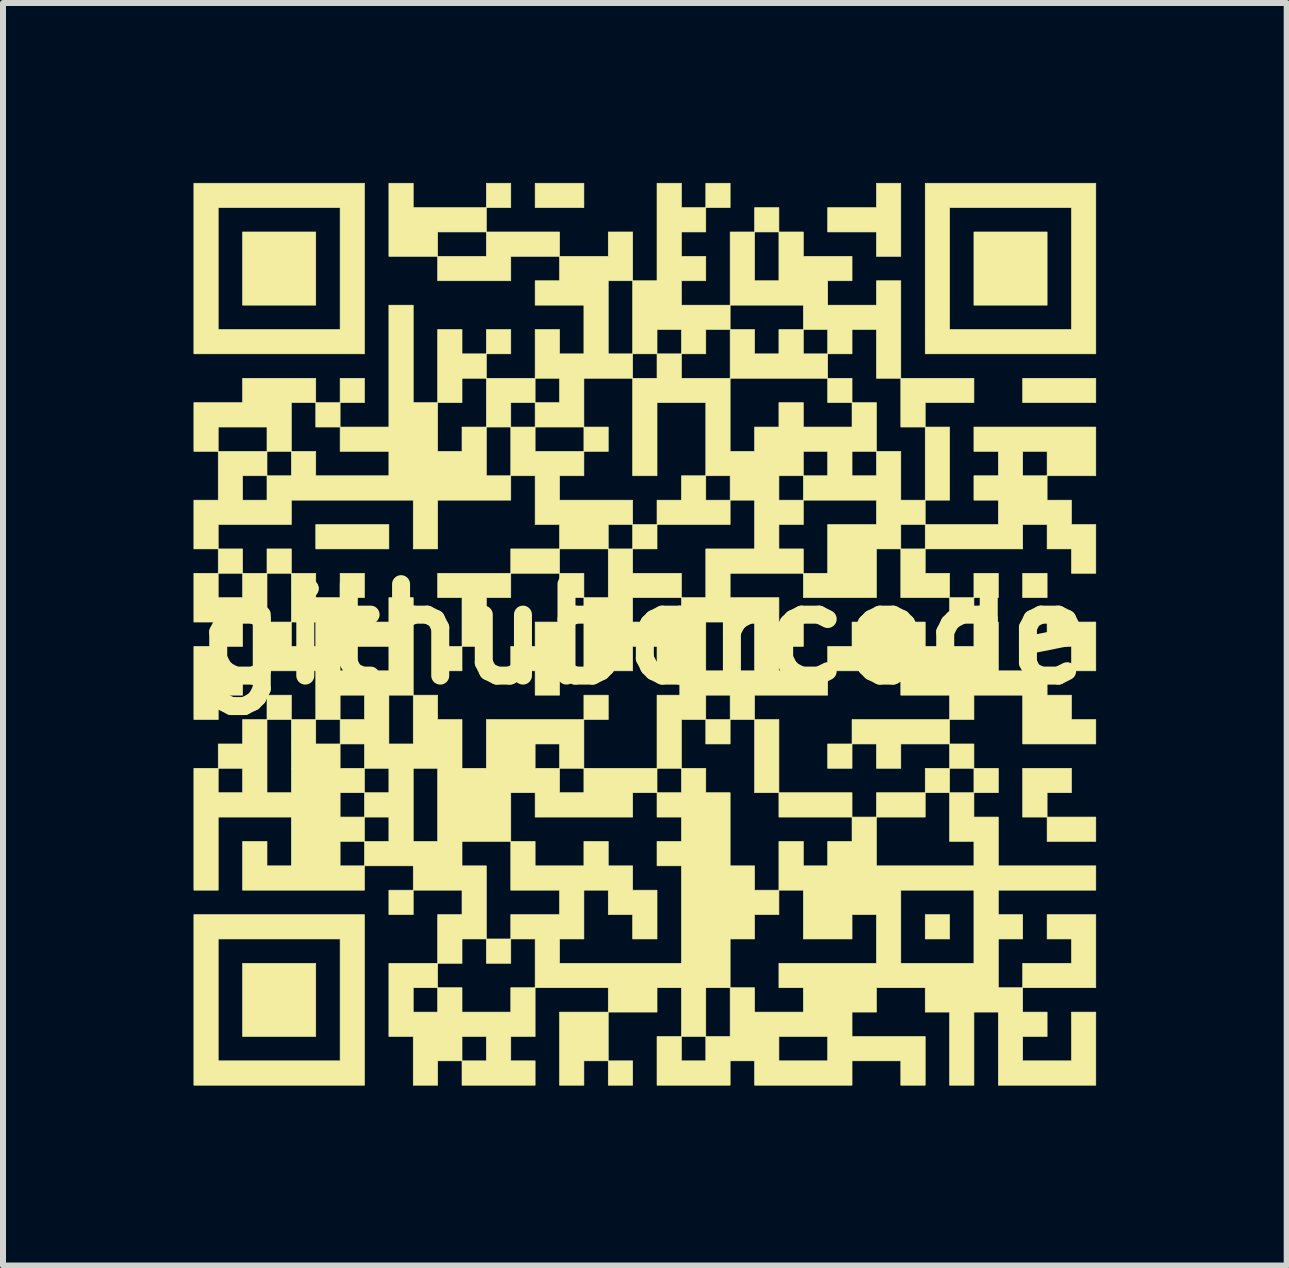
<source format=kicad_pcb>
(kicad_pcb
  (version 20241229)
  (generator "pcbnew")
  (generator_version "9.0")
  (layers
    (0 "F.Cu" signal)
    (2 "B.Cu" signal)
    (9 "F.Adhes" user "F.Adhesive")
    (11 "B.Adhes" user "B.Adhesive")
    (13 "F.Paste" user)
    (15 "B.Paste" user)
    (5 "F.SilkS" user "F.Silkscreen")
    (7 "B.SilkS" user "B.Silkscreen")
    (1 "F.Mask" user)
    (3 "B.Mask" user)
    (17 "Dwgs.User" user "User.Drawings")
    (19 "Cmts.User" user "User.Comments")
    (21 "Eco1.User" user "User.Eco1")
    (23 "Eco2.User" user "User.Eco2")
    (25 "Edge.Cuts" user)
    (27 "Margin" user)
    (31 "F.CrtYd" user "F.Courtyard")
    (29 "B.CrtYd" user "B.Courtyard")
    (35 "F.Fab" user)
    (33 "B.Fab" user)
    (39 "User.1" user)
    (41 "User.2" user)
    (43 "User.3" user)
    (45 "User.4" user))
  (footprint "githubqrcode"
    (layer "F.Cu")
    (at 7.7 7.523)
    (property "Reference" "githubqrcode" (at 0 0 0) (layer "F.SilkS") (effects (font (size 1.524 1.524) (thickness 0.3))))
    (attr through_hole)
    (fp_poly (pts (xy -5.893 -1.016) (xy -6.299 -1.016) (xy -6.299 -1.422) (xy -5.893 -1.422) (xy -5.893 -1.016)) (stroke (width 0.01) (type solid)) (fill yes) (layer "F.SilkS"))
    (fp_poly (pts (xy -5.486 -5.486) (xy -6.706 -5.486) (xy -6.706 -6.706) (xy -5.486 -6.706) (xy -5.486 -5.486)) (stroke (width 0.01) (type solid)) (fill yes) (layer "F.SilkS"))
    (fp_poly (pts (xy -5.486 6.706) (xy -6.706 6.706) (xy -6.706 5.486) (xy -5.486 5.486) (xy -5.486 6.706)) (stroke (width 0.01) (type solid)) (fill yes) (layer "F.SilkS"))
    (fp_poly (pts (xy -5.08 -3.454) (xy -5.486 -3.454) (xy -5.486 -3.861) (xy -5.08 -3.861) (xy -5.08 -3.454)) (stroke (width 0.01) (type solid)) (fill yes) (layer "F.SilkS"))
    (fp_poly (pts (xy -4.674 -3.861) (xy -5.08 -3.861) (xy -5.08 -4.267) (xy -4.674 -4.267) (xy -4.674 -3.861)) (stroke (width 0.01) (type solid)) (fill yes) (layer "F.SilkS"))
    (fp_poly (pts (xy -4.674 -0.61) (xy -5.08 -0.61) (xy -5.08 -1.016) (xy -4.674 -1.016) (xy -4.674 -0.61)) (stroke (width 0.01) (type solid)) (fill yes) (layer "F.SilkS"))
    (fp_poly (pts (xy -4.267 -1.422) (xy -5.486 -1.422) (xy -5.486 -1.829) (xy -4.267 -1.829) (xy -4.267 -1.422)) (stroke (width 0.01) (type solid)) (fill yes) (layer "F.SilkS"))
    (fp_poly (pts (xy -3.861 4.674) (xy -4.267 4.674) (xy -4.267 4.267) (xy -3.861 4.267) (xy -3.861 4.674)) (stroke (width 0.01) (type solid)) (fill yes) (layer "F.SilkS"))
    (fp_poly (pts (xy -3.048 0.61) (xy -3.454 0.61) (xy -3.454 0.203) (xy -3.048 0.203) (xy -3.048 0.61)) (stroke (width 0.01) (type solid)) (fill yes) (layer "F.SilkS"))
    (fp_poly (pts (xy -2.235 -7.112) (xy -2.642 -7.112) (xy -2.642 -7.518) (xy -2.235 -7.518) (xy -2.235 -7.112)) (stroke (width 0.01) (type solid)) (fill yes) (layer "F.SilkS"))
    (fp_poly (pts (xy -2.235 -4.674) (xy -2.642 -4.674) (xy -2.642 -5.08) (xy -2.235 -5.08) (xy -2.235 -4.674)) (stroke (width 0.01) (type solid)) (fill yes) (layer "F.SilkS"))
    (fp_poly (pts (xy -2.235 5.486) (xy -2.642 5.486) (xy -2.642 5.08) (xy -2.235 5.08) (xy -2.235 5.486)) (stroke (width 0.01) (type solid)) (fill yes) (layer "F.SilkS"))
    (fp_poly (pts (xy -1.422 -1.016) (xy -2.235 -1.016) (xy -2.235 -1.422) (xy -1.422 -1.422) (xy -1.422 -1.016)) (stroke (width 0.01) (type solid)) (fill yes) (layer "F.SilkS"))
    (fp_poly (pts (xy -1.016 -7.112) (xy -1.829 -7.112) (xy -1.829 -7.518) (xy -1.016 -7.518) (xy -1.016 -7.112)) (stroke (width 0.01) (type solid)) (fill yes) (layer "F.SilkS"))
    (fp_poly (pts (xy -1.016 -0.61) (xy -1.422 -0.61) (xy -1.422 -1.016) (xy -1.016 -1.016) (xy -1.016 -0.61)) (stroke (width 0.01) (type solid)) (fill yes) (layer "F.SilkS"))
    (fp_poly (pts (xy -0.61 -3.048) (xy -1.016 -3.048) (xy -1.016 -3.454) (xy -0.61 -3.454) (xy -0.61 -3.048)) (stroke (width 0.01) (type solid)) (fill yes) (layer "F.SilkS"))
    (fp_poly (pts (xy -0.61 1.422) (xy -1.016 1.422) (xy -1.016 1.016) (xy -0.61 1.016) (xy -0.61 1.422)) (stroke (width 0.01) (type solid)) (fill yes) (layer "F.SilkS"))
    (fp_poly (pts (xy -0.203 7.518) (xy -0.61 7.518) (xy -0.61 7.112) (xy -0.203 7.112) (xy -0.203 7.518)) (stroke (width 0.01) (type solid)) (fill yes) (layer "F.SilkS"))
    (fp_poly (pts (xy 0.203 -1.422) (xy -0.203 -1.422) (xy -0.203 -1.829) (xy 0.203 -1.829) (xy 0.203 -1.422)) (stroke (width 0.01) (type solid)) (fill yes) (layer "F.SilkS"))
    (fp_poly (pts (xy 1.422 -7.112) (xy 1.016 -7.112) (xy 1.016 -7.518) (xy 1.422 -7.518) (xy 1.422 -7.112)) (stroke (width 0.01) (type solid)) (fill yes) (layer "F.SilkS"))
    (fp_poly (pts (xy 1.422 1.829) (xy 1.016 1.829) (xy 1.016 1.422) (xy 1.422 1.422) (xy 1.422 1.829)) (stroke (width 0.01) (type solid)) (fill yes) (layer "F.SilkS"))
    (fp_poly (pts (xy 2.235 2.642) (xy 1.829 2.642) (xy 1.829 1.422) (xy 2.235 1.422) (xy 2.235 2.642)) (stroke (width 0.01) (type solid)) (fill yes) (layer "F.SilkS"))
    (fp_poly (pts (xy 3.454 -3.861) (xy 3.048 -3.861) (xy 3.048 -4.267) (xy 3.454 -4.267) (xy 3.454 -3.861)) (stroke (width 0.01) (type solid)) (fill yes) (layer "F.SilkS"))
    (fp_poly (pts (xy 3.454 2.235) (xy 3.048 2.235) (xy 3.048 1.829) (xy 3.454 1.829) (xy 3.454 2.235)) (stroke (width 0.01) (type solid)) (fill yes) (layer "F.SilkS"))
    (fp_poly (pts (xy 3.454 3.048) (xy 2.235 3.048) (xy 2.235 2.642) (xy 3.454 2.642) (xy 3.454 3.048)) (stroke (width 0.01) (type solid)) (fill yes) (layer "F.SilkS"))
    (fp_poly (pts (xy 4.674 3.048) (xy 3.861 3.048) (xy 3.861 2.642) (xy 4.674 2.642) (xy 4.674 3.048)) (stroke (width 0.01) (type solid)) (fill yes) (layer "F.SilkS"))
    (fp_poly (pts (xy 5.08 2.642) (xy 4.674 2.642) (xy 4.674 2.235) (xy 5.08 2.235) (xy 5.08 2.642)) (stroke (width 0.01) (type solid)) (fill yes) (layer "F.SilkS"))
    (fp_poly (pts (xy 5.08 5.08) (xy 4.674 5.08) (xy 4.674 4.674) (xy 5.08 4.674) (xy 5.08 5.08)) (stroke (width 0.01) (type solid)) (fill yes) (layer "F.SilkS"))
    (fp_poly (pts (xy 5.486 2.235) (xy 5.08 2.235) (xy 5.08 1.829) (xy 5.486 1.829) (xy 5.486 2.235)) (stroke (width 0.01) (type solid)) (fill yes) (layer "F.SilkS"))
    (fp_poly (pts (xy 5.893 -0.61) (xy 5.486 -0.61) (xy 5.486 -1.016) (xy 5.893 -1.016) (xy 5.893 -0.61)) (stroke (width 0.01) (type solid)) (fill yes) (layer "F.SilkS"))
    (fp_poly (pts (xy 5.893 2.642) (xy 5.486 2.642) (xy 5.486 2.235) (xy 5.893 2.235) (xy 5.893 2.642)) (stroke (width 0.01) (type solid)) (fill yes) (layer "F.SilkS"))
    (fp_poly (pts (xy 6.706 -5.486) (xy 5.486 -5.486) (xy 5.486 -6.706) (xy 6.706 -6.706) (xy 6.706 -5.486)) (stroke (width 0.01) (type solid)) (fill yes) (layer "F.SilkS"))
    (fp_poly (pts (xy 6.706 -0.61) (xy 6.299 -0.61) (xy 6.299 -1.016) (xy 6.706 -1.016) (xy 6.706 -0.61)) (stroke (width 0.01) (type solid)) (fill yes) (layer "F.SilkS"))
    (fp_poly (pts (xy 7.518 -3.861) (xy 6.299 -3.861) (xy 6.299 -4.267) (xy 7.518 -4.267) (xy 7.518 -3.861)) (stroke (width 0.01) (type solid)) (fill yes) (layer "F.SilkS"))
    (fp_poly (pts (xy 7.518 3.454) (xy 6.706 3.454) (xy 6.706 3.048) (xy 7.518 3.048) (xy 7.518 3.454)) (stroke (width 0.01) (type solid)) (fill yes) (layer "F.SilkS"))
    (fp_poly (pts (xy -0.61 7.112) (xy -1.016 7.112) (xy -1.016 7.518) (xy -1.422 7.518) (xy -1.422 6.299) (xy -0.61 6.299) (xy -0.61 7.112)) (stroke (width 0.01) (type solid)) (fill yes) (layer "F.SilkS"))
    (fp_poly (pts (xy 7.112 2.642) (xy 6.706 2.642) (xy 6.706 3.048) (xy 6.299 3.048) (xy 6.299 2.235) (xy 7.112 2.235) (xy 7.112 2.642)) (stroke (width 0.01) (type solid)) (fill yes) (layer "F.SilkS"))
    (fp_poly (pts (xy 7.518 0.61) (xy 7.112 0.61) (xy 7.112 0.203) (xy 6.706 0.203) (xy 6.706 -0.203) (xy 7.518 -0.203) (xy 7.518 0.61)) (stroke (width 0.01) (type solid)) (fill yes) (layer "F.SilkS"))
    (fp_poly (pts (xy -7.112 0.61) (xy -6.706 0.61) (xy -6.706 1.016) (xy -7.112 1.016) (xy -7.112 1.422) (xy -7.518 1.422) (xy -7.518 0.203) (xy -7.112 0.203) (xy -7.112 0.61)) (stroke (width 0.01) (type solid)) (fill yes) (layer "F.SilkS"))
    (fp_poly (pts (xy -2.235 -0.61) (xy -2.642 -0.61) (xy -2.642 0.203) (xy -3.048 0.203) (xy -3.048 -0.61) (xy -3.454 -0.61) (xy -3.454 -1.016) (xy -2.235 -1.016) (xy -2.235 -0.61)) (stroke (width 0.01) (type solid)) (fill yes) (layer "F.SilkS"))
    (fp_poly (pts (xy -1.422 1.016) (xy -1.829 1.016) (xy -1.829 0.61) (xy -2.235 0.61) (xy -2.235 0.203) (xy -1.829 0.203) (xy -1.829 -0.203) (xy -1.422 -0.203) (xy -1.422 1.016)) (stroke (width 0.01) (type solid)) (fill yes) (layer "F.SilkS"))
    (fp_poly (pts (xy 1.016 -2.235) (xy 1.422 -2.235) (xy 1.422 -1.829) (xy 0.203 -1.829) (xy 0.203 -2.235) (xy 0.61 -2.235) (xy 0.61 -2.642) (xy 1.016 -2.642) (xy 1.016 -2.235)) (stroke (width 0.01) (type solid)) (fill yes) (layer "F.SilkS"))
    (fp_poly (pts (xy 4.267 -6.299) (xy 3.861 -6.299) (xy 3.861 -6.706) (xy 3.048 -6.706) (xy 3.048 -7.112) (xy 3.861 -7.112) (xy 3.861 -7.518) (xy 4.267 -7.518) (xy 4.267 -6.299)) (stroke (width 0.01) (type solid)) (fill yes) (layer "F.SilkS"))
    (fp_poly (pts (xy 5.08 1.829) (xy 4.267 1.829) (xy 4.267 2.235) (xy 3.861 2.235) (xy 3.861 1.829) (xy 3.454 1.829) (xy 3.454 1.422) (xy 5.08 1.422) (xy 5.08 1.829)) (stroke (width 0.01) (type solid)) (fill yes) (layer "F.SilkS"))
    (fp_poly (pts (xy 7.518 5.893) (xy 6.299 5.893) (xy 6.299 5.486) (xy 7.112 5.486) (xy 7.112 5.08) (xy 6.706 5.08) (xy 6.706 4.674) (xy 7.518 4.674) (xy 7.518 5.893)) (stroke (width 0.01) (type solid)) (fill yes) (layer "F.SilkS"))
    (fp_poly (pts (xy 1.829 -4.674) (xy 2.235 -4.674) (xy 2.235 -5.08) (xy 2.642 -5.08) (xy 2.642 -4.674) (xy 3.048 -4.674) (xy 3.048 -4.267) (xy 1.422 -4.267) (xy 1.422 -5.08) (xy 1.829 -5.08) (xy 1.829 -4.674)) (stroke (width 0.01) (type solid)) (fill yes) (layer "F.SilkS"))
    (fp_poly (pts (xy -4.674 -4.674) (xy -7.518 -4.674) (xy -7.518 -7.112) (xy -7.112 -7.112) (xy -7.112 -5.08) (xy -5.08 -5.08) (xy -5.08 -7.112) (xy -7.112 -7.112) (xy -7.518 -7.112) (xy -7.518 -7.518) (xy -4.674 -7.518) (xy -4.674 -4.674)) (stroke (width 0.01) (type solid)) (fill yes) (layer "F.SilkS"))
    (fp_poly (pts (xy -4.674 7.518) (xy -7.518 7.518) (xy -7.518 5.08) (xy -7.112 5.08) (xy -7.112 7.112) (xy -5.08 7.112) (xy -5.08 5.08) (xy -7.112 5.08) (xy -7.518 5.08) (xy -7.518 4.674) (xy -4.674 4.674) (xy -4.674 7.518)) (stroke (width 0.01) (type solid)) (fill yes) (layer "F.SilkS"))
    (fp_poly (pts (xy 7.518 -4.674) (xy 4.674 -4.674) (xy 4.674 -7.112) (xy 5.08 -7.112) (xy 5.08 -5.08) (xy 7.112 -5.08) (xy 7.112 -7.112) (xy 5.08 -7.112) (xy 4.674 -7.112) (xy 4.674 -7.518) (xy 7.518 -7.518) (xy 7.518 -4.674)) (stroke (width 0.01) (type solid)) (fill yes) (layer "F.SilkS"))
    (fp_poly (pts (xy -1.829 -3.048) (xy -1.016 -3.048) (xy -1.016 -2.642) (xy -1.422 -2.642) (xy -1.422 -2.235) (xy -0.203 -2.235) (xy -0.203 -1.829) (xy -0.61 -1.829) (xy -0.61 -1.422) (xy -1.422 -1.422) (xy -1.422 -1.829) (xy -1.829 -1.829) (xy -1.829 -2.642) (xy -2.235 -2.642) (xy -2.235 -3.454) (xy -1.829 -3.454) (xy -1.829 -3.048)) (stroke (width 0.01) (type solid)) (fill yes) (layer "F.SilkS"))
    (fp_poly (pts (xy -1.422 -6.706) (xy -1.422 -6.299) (xy -2.235 -6.299) (xy -2.235 -5.893) (xy -3.454 -5.893) (xy -3.454 -6.299) (xy -4.267 -6.299) (xy -4.267 -6.706) (xy -3.454 -6.706) (xy -3.454 -6.299) (xy -2.642 -6.299) (xy -2.642 -6.706) (xy -3.454 -6.706) (xy -4.267 -6.706) (xy -4.267 -7.518) (xy -3.861 -7.518) (xy -3.861 -7.112) (xy -2.642 -7.112) (xy -2.642 -6.706) (xy -1.422 -6.706)) (stroke (width 0.01) (type solid)) (fill yes) (layer "F.SilkS"))
    (fp_poly (pts (xy 1.016 2.235) (xy 1.016 2.642) (xy 1.422 2.642) (xy 1.422 3.861) (xy 1.829 3.861) (xy 1.829 4.267) (xy 2.235 4.267) (xy 2.235 3.454) (xy 2.642 3.454) (xy 2.642 3.861) (xy 3.048 3.861) (xy 3.048 3.454) (xy 3.454 3.454) (xy 3.454 3.048) (xy 3.861 3.048) (xy 3.861 3.861) (xy 5.486 3.861) (xy 5.486 3.454) (xy 5.08 3.454) (xy 5.08 2.642) (xy 5.486 2.642) (xy 5.486 3.048) (xy 5.893 3.048) (xy 5.893 3.861) (xy 7.518 3.861) (xy 7.518 4.267) (xy 5.893 4.267) (xy 5.893 4.674) (xy 6.299 4.674) (xy 6.299 5.08) (xy 5.893 5.08) (xy 5.893 5.893) (xy 6.299 5.893) (xy 6.299 6.299) (xy 6.706 6.299) (xy 6.706 6.706) (xy 6.299 6.706) (xy 6.299 7.112) (xy 7.112 7.112) (xy 7.112 6.299) (xy 7.518 6.299) (xy 7.518 7.518) (xy 5.893 7.518) (xy 5.893 6.299) (xy 5.486 6.299) (xy 5.486 7.518) (xy 5.08 7.518) (xy 5.08 6.299) (xy 4.674 6.299) (xy 4.674 5.893) (xy 3.861 5.893) (xy 3.861 6.299) (xy 3.454 6.299) (xy 3.454 6.706) (xy 4.674 6.706) (xy 4.674 7.518) (xy 4.267 7.518) (xy 4.267 7.112) (xy 3.454 7.112) (xy 3.454 7.518) (xy 1.829 7.518) (xy 1.829 7.112) (xy 1.422 7.112) (xy 1.422 7.518) (xy 0.203 7.518) (xy 0.203 6.706) (xy 0.61 6.706) (xy 0.61 7.112) (xy 1.016 7.112) (xy 1.016 6.706) (xy 0.61 6.706) (xy 0.61 5.893) (xy 1.016 5.893) (xy 1.016 6.706) (xy 1.422 6.706) (xy 2.235 6.706) (xy 2.235 7.112) (xy 3.048 7.112) (xy 3.048 6.706) (xy 2.235 6.706) (xy 1.422 6.706) (xy 1.422 5.893) (xy 1.016 5.893) (xy 0.61 5.893) (xy 0.203 5.893) (xy 0.203 6.299) (xy -0.61 6.299) (xy -0.61 5.893) (xy -1.829 5.893) (xy -1.829 6.706) (xy -2.235 6.706) (xy -2.235 7.112) (xy -1.829 7.112) (xy -1.829 7.518) (xy -3.048 7.518) (xy -3.048 7.112) (xy -3.454 7.112) (xy -3.454 7.518) (xy -3.861 7.518) (xy -3.861 6.706) (xy -3.048 6.706) (xy -3.048 7.112) (xy -2.642 7.112) (xy -2.642 6.706) (xy -3.048 6.706) (xy -3.861 6.706) (xy -4.267 6.706) (xy -4.267 5.893) (xy -3.861 5.893) (xy -3.861 6.299) (xy -3.454 6.299) (xy -3.454 5.893) (xy -3.861 5.893) (xy -4.267 5.893) (xy -4.267 5.486) (xy -3.454 5.486) (xy -3.454 5.893) (xy -3.048 5.893) (xy -3.048 6.299) (xy -2.235 6.299) (xy -2.235 5.893) (xy -1.829 5.893) (xy -1.829 5.08) (xy -2.235 5.08) (xy -2.235 4.674) (xy -1.422 4.674) (xy -1.422 4.267) (xy -2.235 4.267) (xy -2.235 3.454) (xy -3.048 3.454) (xy -3.048 3.861) (xy -2.642 3.861) (xy -2.642 5.08) (xy -3.048 5.08) (xy -3.048 5.486) (xy -3.454 5.486) (xy -3.454 4.674) (xy -3.048 4.674) (xy -3.048 4.267) (xy -3.861 4.267) (xy -3.861 3.861) (xy -4.674 3.861) (xy -4.674 4.267) (xy -6.706 4.267) (xy -6.706 3.454) (xy -6.299 3.454) (xy -6.299 3.861) (xy -5.893 3.861) (xy -5.893 3.454) (xy -5.08 3.454) (xy -5.08 3.861) (xy -4.674 3.861) (xy -4.674 3.454) (xy -5.08 3.454) (xy -5.893 3.454) (xy -5.893 3.048) (xy -7.112 3.048) (xy -7.112 4.267) (xy -7.518 4.267) (xy -7.518 2.235) (xy -7.112 2.235) (xy -7.112 2.642) (xy -6.706 2.642) (xy -6.706 2.235) (xy -7.112 2.235) (xy -7.112 1.829) (xy -6.706 1.829) (xy -6.706 1.422) (xy -6.299 1.422) (xy -6.299 2.642) (xy -5.893 2.642) (xy -5.08 2.642) (xy -5.08 3.048) (xy -4.674 3.048) (xy -4.674 3.454) (xy -4.267 3.454) (xy -4.267 3.048) (xy -4.674 3.048) (xy -4.674 2.642) (xy -5.08 2.642) (xy -5.893 2.642) (xy -5.893 1.422) (xy -6.299 1.422) (xy -6.299 1.016) (xy -5.893 1.016) (xy -5.893 1.422) (xy -5.486 1.422) (xy -5.486 1.829) (xy -5.08 1.829) (xy -5.08 2.235) (xy -4.674 2.235) (xy -4.674 2.642) (xy -4.267 2.642) (xy -4.267 2.235) (xy -3.861 2.235) (xy -3.861 3.454) (xy -3.454 3.454) (xy -3.454 2.642) (xy -2.235 2.642) (xy -2.235 3.454) (xy -1.829 3.454) (xy -1.829 3.861) (xy -1.016 3.861) (xy -1.016 3.454) (xy -0.61 3.454) (xy -0.61 3.861) (xy -0.203 3.861) (xy -0.203 4.267) (xy 0.203 4.267) (xy 0.203 5.08) (xy -0.203 5.08) (xy -0.203 4.674) (xy -0.61 4.674) (xy -0.61 4.267) (xy -1.016 4.267) (xy -1.016 5.08) (xy -1.422 5.08) (xy -1.422 5.486) (xy 0.61 5.486) (xy 0.61 5.08) (xy 1.422 5.08) (xy 1.422 5.893) (xy 1.829 5.893) (xy 1.829 6.299) (xy 2.642 6.299) (xy 2.642 5.893) (xy 2.235 5.893) (xy 2.235 5.486) (xy 3.861 5.486) (xy 3.861 4.674) (xy 3.454 4.674) (xy 3.454 5.08) (xy 2.642 5.08) (xy 2.642 4.267) (xy 4.267 4.267) (xy 4.267 5.486) (xy 5.486 5.486) (xy 5.486 4.267) (xy 4.267 4.267) (xy 2.642 4.267) (xy 2.235 4.267) (xy 2.235 4.674) (xy 1.829 4.674) (xy 1.829 5.08) (xy 1.422 5.08) (xy 0.61 5.08) (xy 0.61 3.861) (xy 0.203 3.861) (xy 0.203 3.454) (xy 0.61 3.454) (xy 0.61 3.048) (xy 0.203 3.048) (xy 0.203 2.642) (xy -0.203 2.642) (xy -0.203 3.048) (xy -1.829 3.048) (xy -1.829 2.642) (xy -2.235 2.642) (xy -3.454 2.642) (xy -3.454 2.235) (xy -3.861 2.235) (xy -4.267 2.235) (xy -4.674 2.235) (xy -4.674 1.829) (xy -5.08 1.829) (xy -5.08 1.422) (xy -5.486 1.422) (xy -5.486 1.016) (xy -5.08 1.016) (xy -5.08 1.422) (xy -4.674 1.422) (xy -4.674 1.016) (xy -4.267 1.016) (xy -4.267 1.829) (xy -3.861 1.829) (xy -3.861 1.016) (xy -4.267 1.016) (xy -4.674 1.016) (xy -5.08 1.016) (xy -5.486 1.016) (xy -5.486 0.61) (xy -6.299 0.61) (xy -6.299 -0.203) (xy -6.706 -0.203) (xy -6.706 0.203) (xy -7.112 0.203) (xy -7.112 -0.203) (xy -7.518 -0.203) (xy -7.518 -1.016) (xy -7.112 -1.016) (xy -7.112 -0.61) (xy -6.706 -0.61) (xy -6.706 -1.016) (xy -7.112 -1.016) (xy -7.112 -1.422) (xy -7.518 -1.422) (xy -7.518 -1.829) (xy -7.112 -1.829) (xy -7.112 -1.422) (xy -6.706 -1.422) (xy -6.706 -1.016) (xy -6.299 -1.016) (xy -6.299 -0.203) (xy -5.893 -0.203) (xy -5.893 0.203) (xy -5.486 0.203) (xy -5.08 0.203) (xy -5.08 0.61) (xy -4.267 0.61) (xy -4.267 0.203) (xy -5.08 0.203) (xy -5.486 0.203) (xy -5.486 -0.203) (xy -5.893 -0.203) (xy -5.893 -1.016) (xy -5.486 -1.016) (xy -5.486 -0.61) (xy -5.08 -0.61) (xy -5.08 -0.203) (xy -4.267 -0.203) (xy -4.267 -0.61) (xy -3.861 -0.61) (xy -3.861 1.016) (xy -3.454 1.016) (xy -3.454 1.422) (xy -3.048 1.422) (xy -3.048 2.235) (xy -2.642 2.235) (xy -2.642 1.829) (xy -1.829 1.829) (xy -1.829 2.235) (xy -1.422 2.235) (xy -1.422 2.642) (xy -1.016 2.642) (xy -1.016 2.235) (xy -1.422 2.235) (xy -1.422 1.829) (xy -1.829 1.829) (xy -2.642 1.829) (xy -2.642 1.422) (xy -1.016 1.422) (xy -1.016 2.235) (xy 0.203 2.235) (xy 0.203 2.642) (xy 0.61 2.642) (xy 0.61 2.235) (xy 0.203 2.235) (xy 0.203 1.016) (xy 0.61 1.016) (xy 0.61 0.61) (xy 0.203 0.61) (xy 0.203 0.203) (xy -0.203 0.203) (xy -0.203 0.61) (xy -1.016 0.61) (xy -1.016 -0.61) (xy -0.61 -0.61) (xy -0.203 -0.61) (xy -0.203 -0.203) (xy 0.61 -0.203) (xy 1.016 -0.203) (xy 1.016 0.61) (xy 1.829 0.61) (xy 1.829 -0.203) (xy 1.016 -0.203) (xy 0.61 -0.203) (xy 0.61 -0.61) (xy -0.203 -0.61) (xy -0.61 -0.61) (xy -0.61 -1.422) (xy -0.203 -1.422) (xy -0.203 -1.016) (xy 0.61 -1.016) (xy 0.61 -0.61) (xy 1.016 -0.61) (xy 1.016 -1.016) (xy 1.422 -1.016) (xy 1.422 -0.61) (xy 2.235 -0.61) (xy 2.235 -0.203) (xy 2.642 -0.203) (xy 2.642 0.203) (xy 2.235 0.203) (xy 2.235 0.61) (xy 3.048 0.61) (xy 3.048 0.203) (xy 3.454 0.203) (xy 3.454 -0.203) (xy 4.674 -0.203) (xy 4.674 0.203) (xy 5.486 0.203) (xy 5.486 -0.203) (xy 5.08 -0.203) (xy 5.08 -0.61) (xy 4.267 -0.61) (xy 4.267 -1.422) (xy 3.861 -1.422) (xy 3.861 -0.61) (xy 2.642 -0.61) (xy 2.642 -1.016) (xy 1.422 -1.016) (xy 1.016 -1.016) (xy 1.016 -1.422) (xy 1.829 -1.422) (xy 1.829 -1.829) (xy 2.235 -1.829) (xy 2.235 -1.422) (xy 2.642 -1.422) (xy 2.642 -1.016) (xy 3.048 -1.016) (xy 3.048 -1.829) (xy 3.861 -1.829) (xy 4.267 -1.829) (xy 4.267 -1.422) (xy 4.674 -1.422) (xy 4.674 -1.829) (xy 4.267 -1.829) (xy 3.861 -1.829) (xy 3.861 -2.235) (xy 2.642 -2.235) (xy 2.642 -1.829) (xy 2.235 -1.829) (xy 1.829 -1.829) (xy 1.829 -2.235) (xy 1.422 -2.235) (xy 1.422 -2.642) (xy 2.235 -2.642) (xy 2.235 -2.235) (xy 2.642 -2.235) (xy 2.642 -2.642) (xy 2.235 -2.642) (xy 1.422 -2.642) (xy 1.016 -2.642) (xy 1.016 -3.861) (xy 0.203 -3.861) (xy 0.203 -2.642) (xy -0.203 -2.642) (xy -0.203 -4.267) (xy -1.016 -4.267) (xy -1.016 -3.454) (xy -1.829 -3.454) (xy -1.829 -3.861) (xy -2.235 -3.861) (xy -2.235 -3.454) (xy -2.642 -3.454) (xy -2.642 -2.642) (xy -2.235 -2.642) (xy -2.235 -2.235) (xy -3.454 -2.235) (xy -3.454 -1.422) (xy -3.861 -1.422) (xy -3.861 -2.235) (xy -5.893 -2.235) (xy -5.893 -1.829) (xy -7.112 -1.829) (xy -7.518 -1.829) (xy -7.518 -2.235) (xy -7.112 -2.235) (xy -7.112 -2.642) (xy -6.706 -2.642) (xy -6.706 -2.235) (xy -6.299 -2.235) (xy -6.299 -2.642) (xy -6.706 -2.642) (xy -7.112 -2.642) (xy -7.112 -3.048) (xy -7.518 -3.048) (xy -7.518 -3.454) (xy -7.112 -3.454) (xy -7.112 -3.048) (xy -6.299 -3.048) (xy -6.299 -2.642) (xy -5.893 -2.642) (xy -5.893 -3.048) (xy -6.299 -3.048) (xy -6.299 -3.454) (xy -7.112 -3.454) (xy -7.518 -3.454) (xy -7.518 -3.861) (xy -6.706 -3.861) (xy -6.706 -4.267) (xy -5.486 -4.267) (xy -5.486 -3.861) (xy -5.893 -3.861) (xy -5.893 -3.048) (xy -5.486 -3.048) (xy -5.486 -2.642) (xy -4.267 -2.642) (xy -4.267 -3.048) (xy -5.08 -3.048) (xy -5.08 -3.454) (xy -4.267 -3.454) (xy -4.267 -5.486) (xy -3.861 -5.486) (xy -3.861 -3.861) (xy -3.454 -3.861) (xy -3.454 -3.048) (xy -3.048 -3.048) (xy -3.048 -3.454) (xy -2.642 -3.454) (xy -2.642 -4.267) (xy -3.048 -4.267) (xy -3.048 -3.861) (xy -3.454 -3.861) (xy -3.454 -5.08) (xy -3.048 -5.08) (xy -3.048 -4.674) (xy -2.642 -4.674) (xy -2.642 -4.267) (xy -1.829 -4.267) (xy -1.829 -3.861) (xy -1.422 -3.861) (xy -1.422 -4.267) (xy -1.829 -4.267) (xy -1.829 -5.08) (xy -1.422 -5.08) (xy -1.422 -4.674) (xy -1.016 -4.674) (xy -1.016 -5.486) (xy -1.829 -5.486) (xy -1.829 -5.893) (xy -1.422 -5.893) (xy -0.61 -5.893) (xy -0.61 -4.674) (xy -0.203 -4.674) (xy -0.203 -4.267) (xy 0.203 -4.267) (xy 0.203 -4.674) (xy -0.203 -4.674) (xy -0.203 -5.08) (xy 0.203 -5.08) (xy 0.203 -4.674) (xy 0.61 -4.674) (xy 0.61 -4.267) (xy 1.422 -4.267) (xy 1.422 -3.048) (xy 1.829 -3.048) (xy 2.642 -3.048) (xy 2.642 -2.642) (xy 3.048 -2.642) (xy 3.048 -3.048) (xy 3.454 -3.048) (xy 3.454 -2.642) (xy 3.861 -2.642) (xy 3.861 -3.048) (xy 3.454 -3.048) (xy 3.048 -3.048) (xy 2.642 -3.048) (xy 1.829 -3.048) (xy 1.829 -3.454) (xy 2.235 -3.454) (xy 2.235 -3.861) (xy 2.642 -3.861) (xy 2.642 -3.454) (xy 3.454 -3.454) (xy 3.454 -3.861) (xy 3.861 -3.861) (xy 3.861 -3.048) (xy 4.267 -3.048) (xy 4.267 -2.235) (xy 4.674 -2.235) (xy 4.674 -3.454) (xy 4.267 -3.454) (xy 4.267 -4.267) (xy 3.861 -4.267) (xy 3.861 -5.08) (xy 3.454 -5.08) (xy 3.454 -4.674) (xy 3.048 -4.674) (xy 3.048 -5.08) (xy 2.642 -5.08) (xy 2.642 -5.486) (xy 1.422 -5.486) (xy 1.422 -5.08) (xy 1.016 -5.08) (xy 1.016 -4.674) (xy 0.61 -4.674) (xy 0.61 -5.08) (xy 0.203 -5.08) (xy -0.203 -5.08) (xy -0.203 -5.893) (xy -0.61 -5.893) (xy -1.422 -5.893) (xy -1.422 -6.299) (xy -0.61 -6.299) (xy -0.61 -6.706) (xy -0.203 -6.706) (xy -0.203 -5.893) (xy 0.203 -5.893) (xy 0.203 -7.518) (xy 0.61 -7.518) (xy 0.61 -7.112) (xy 1.016 -7.112) (xy 1.016 -6.706) (xy 0.61 -6.706) (xy 0.61 -6.299) (xy 1.016 -6.299) (xy 1.016 -5.893) (xy 0.61 -5.893) (xy 0.61 -5.486) (xy 1.422 -5.486) (xy 1.422 -6.706) (xy 1.829 -6.706) (xy 1.829 -5.893) (xy 2.235 -5.893) (xy 2.235 -6.706) (xy 1.829 -6.706) (xy 1.829 -7.112) (xy 2.235 -7.112) (xy 2.235 -6.706) (xy 2.642 -6.706) (xy 2.642 -6.299) (xy 3.454 -6.299) (xy 3.454 -5.893) (xy 3.048 -5.893) (xy 3.048 -5.486) (xy 3.861 -5.486) (xy 3.861 -5.893) (xy 4.267 -5.893) (xy 4.267 -4.267) (xy 5.486 -4.267) (xy 5.486 -3.861) (xy 4.674 -3.861) (xy 4.674 -3.454) (xy 5.08 -3.454) (xy 5.08 -2.235) (xy 4.674 -2.235) (xy 4.674 -1.829) (xy 5.893 -1.829) (xy 5.893 -2.235) (xy 5.486 -2.235) (xy 5.486 -2.642) (xy 5.893 -2.642) (xy 5.893 -3.048) (xy 6.299 -3.048) (xy 6.299 -2.642) (xy 6.706 -2.642) (xy 6.706 -3.048) (xy 6.299 -3.048) (xy 5.893 -3.048) (xy 5.486 -3.048) (xy 5.486 -3.454) (xy 7.518 -3.454) (xy 7.518 -2.642) (xy 6.706 -2.642) (xy 6.706 -2.235) (xy 7.112 -2.235) (xy 7.112 -1.829) (xy 7.518 -1.829) (xy 7.518 -1.016) (xy 7.112 -1.016) (xy 7.112 -1.422) (xy 6.706 -1.422) (xy 6.706 -1.829) (xy 6.299 -1.829) (xy 6.299 -1.422) (xy 4.674 -1.422) (xy 4.674 -1.016) (xy 5.08 -1.016) (xy 5.08 -0.61) (xy 5.486 -0.61) (xy 5.486 -0.203) (xy 5.893 -0.203) (xy 5.893 0.61) (xy 6.706 0.61) (xy 6.706 1.016) (xy 7.112 1.016) (xy 7.112 1.422) (xy 7.518 1.422) (xy 7.518 1.829) (xy 6.299 1.829) (xy 6.299 1.016) (xy 5.486 1.016) (xy 5.486 1.422) (xy 5.08 1.422) (xy 5.08 1.016) (xy 4.267 1.016) (xy 4.267 0.61) (xy 3.048 0.61) (xy 3.048 1.016) (xy 1.829 1.016) (xy 1.829 1.422) (xy 1.422 1.422) (xy 1.422 1.016) (xy 1.016 1.016) (xy 1.016 1.422) (xy 0.61 1.422) (xy 0.61 2.235) (xy 1.016 2.235)) (stroke (width 0.01) (type solid)) (fill yes) (layer "F.SilkS")))
  (gr_rect
    (start -3 -3)
    (end 18.4 18.047)
    (stroke (width 0.1) (type default))
    (fill no)
    (layer "Edge.Cuts")))
</source>
